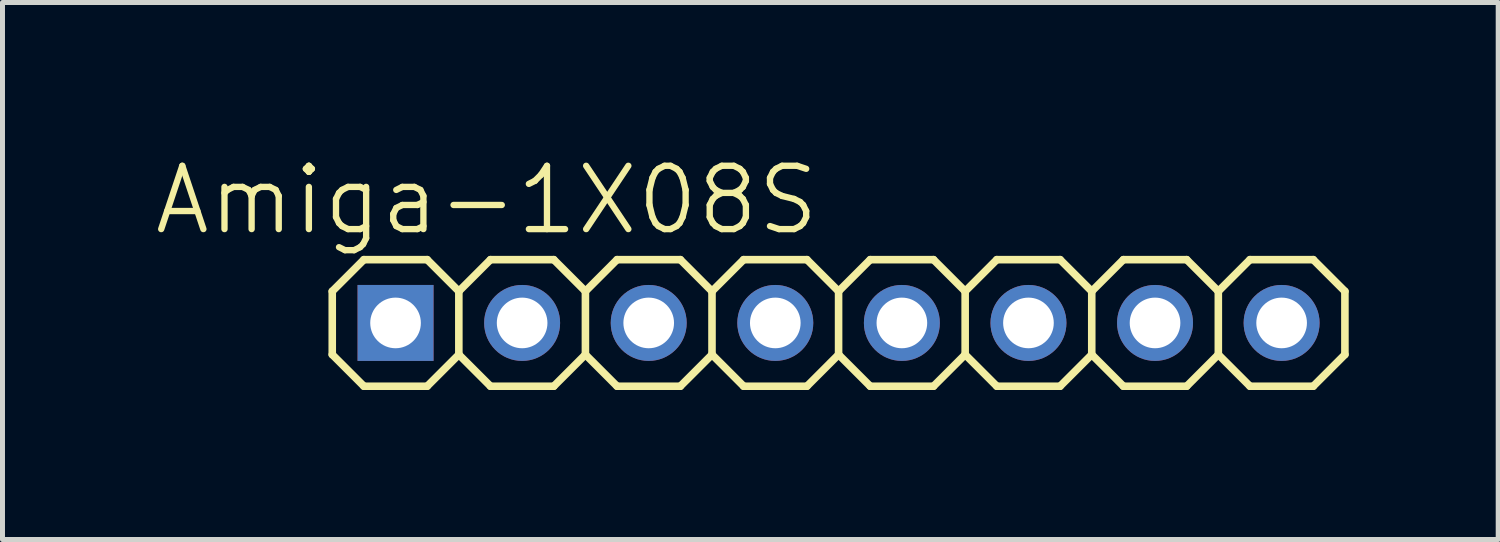
<source format=kicad_pcb>
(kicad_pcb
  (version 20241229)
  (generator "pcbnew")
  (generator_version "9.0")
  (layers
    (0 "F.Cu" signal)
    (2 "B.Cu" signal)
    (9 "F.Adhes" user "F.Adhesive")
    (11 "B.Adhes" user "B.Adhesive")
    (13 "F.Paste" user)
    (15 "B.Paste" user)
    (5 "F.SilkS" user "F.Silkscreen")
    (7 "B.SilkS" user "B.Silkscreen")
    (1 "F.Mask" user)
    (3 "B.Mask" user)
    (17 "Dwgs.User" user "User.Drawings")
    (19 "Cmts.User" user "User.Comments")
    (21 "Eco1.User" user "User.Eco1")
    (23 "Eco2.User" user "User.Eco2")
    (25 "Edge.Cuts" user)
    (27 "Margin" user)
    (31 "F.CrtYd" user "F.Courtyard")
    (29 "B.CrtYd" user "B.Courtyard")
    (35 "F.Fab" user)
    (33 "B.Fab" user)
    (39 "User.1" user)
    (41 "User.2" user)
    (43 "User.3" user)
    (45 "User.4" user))
  (footprint "Amiga-1X08S"
    (layer "F.Cu")
    (at 12.507 3.43)
    (property "Reference" "Amiga-1X08S" (at -5.791 -2.464 0) (layer "F.SilkS") (effects (font (size 1.27 1.27) (thickness 0.127))))
    (attr exclude_from_pos_files exclude_from_bom)
    (fp_line (start -8.89 -0.635) (end -8.89 0.635) (stroke (width 0.152) (type solid)) (layer "F.SilkS"))
    (fp_line (start -8.89 0.635) (end -8.255 1.27) (stroke (width 0.152) (type solid)) (layer "F.SilkS"))
    (fp_line (start -8.255 -1.27) (end -8.89 -0.635) (stroke (width 0.152) (type solid)) (layer "F.SilkS"))
    (fp_line (start -8.255 -1.27) (end -6.985 -1.27) (stroke (width 0.152) (type solid)) (layer "F.SilkS"))
    (fp_line (start -6.985 -1.27) (end -6.35 -0.635) (stroke (width 0.152) (type solid)) (layer "F.SilkS"))
    (fp_line (start -6.985 1.27) (end -8.255 1.27) (stroke (width 0.152) (type solid)) (layer "F.SilkS"))
    (fp_line (start -6.35 -0.635) (end -6.35 0.635) (stroke (width 0.152) (type solid)) (layer "F.SilkS"))
    (fp_line (start -6.35 -0.635) (end -5.715 -1.27) (stroke (width 0.152) (type solid)) (layer "F.SilkS"))
    (fp_line (start -6.35 0.635) (end -6.985 1.27) (stroke (width 0.152) (type solid)) (layer "F.SilkS"))
    (fp_line (start -5.715 -1.27) (end -4.445 -1.27) (stroke (width 0.152) (type solid)) (layer "F.SilkS"))
    (fp_line (start -5.715 1.27) (end -6.35 0.635) (stroke (width 0.152) (type solid)) (layer "F.SilkS"))
    (fp_line (start -4.445 -1.27) (end -3.81 -0.635) (stroke (width 0.152) (type solid)) (layer "F.SilkS"))
    (fp_line (start -4.445 1.27) (end -5.715 1.27) (stroke (width 0.152) (type solid)) (layer "F.SilkS"))
    (fp_line (start -3.81 -0.635) (end -3.81 0.635) (stroke (width 0.152) (type solid)) (layer "F.SilkS"))
    (fp_line (start -3.81 -0.635) (end -3.175 -1.27) (stroke (width 0.152) (type solid)) (layer "F.SilkS"))
    (fp_line (start -3.81 0.635) (end -4.445 1.27) (stroke (width 0.152) (type solid)) (layer "F.SilkS"))
    (fp_line (start -3.175 -1.27) (end -1.905 -1.27) (stroke (width 0.152) (type solid)) (layer "F.SilkS"))
    (fp_line (start -3.175 1.27) (end -3.81 0.635) (stroke (width 0.152) (type solid)) (layer "F.SilkS"))
    (fp_line (start -1.905 -1.27) (end -1.27 -0.635) (stroke (width 0.152) (type solid)) (layer "F.SilkS"))
    (fp_line (start -1.905 1.27) (end -3.175 1.27) (stroke (width 0.152) (type solid)) (layer "F.SilkS"))
    (fp_line (start -1.27 -0.635) (end -1.27 0.635) (stroke (width 0.152) (type solid)) (layer "F.SilkS"))
    (fp_line (start -1.27 0.635) (end -1.905 1.27) (stroke (width 0.152) (type solid)) (layer "F.SilkS"))
    (fp_line (start -1.27 0.635) (end -0.635 1.27) (stroke (width 0.152) (type solid)) (layer "F.SilkS"))
    (fp_line (start -0.635 -1.27) (end -1.27 -0.635) (stroke (width 0.152) (type solid)) (layer "F.SilkS"))
    (fp_line (start -0.635 -1.27) (end 0.635 -1.27) (stroke (width 0.152) (type solid)) (layer "F.SilkS"))
    (fp_line (start 0.635 -1.27) (end 1.27 -0.635) (stroke (width 0.152) (type solid)) (layer "F.SilkS"))
    (fp_line (start 0.635 1.27) (end -0.635 1.27) (stroke (width 0.152) (type solid)) (layer "F.SilkS"))
    (fp_line (start 1.27 -0.635) (end 1.27 0.635) (stroke (width 0.152) (type solid)) (layer "F.SilkS"))
    (fp_line (start 1.27 -0.635) (end 1.905 -1.27) (stroke (width 0.152) (type solid)) (layer "F.SilkS"))
    (fp_line (start 1.27 0.635) (end 0.635 1.27) (stroke (width 0.152) (type solid)) (layer "F.SilkS"))
    (fp_line (start 1.905 -1.27) (end 3.175 -1.27) (stroke (width 0.152) (type solid)) (layer "F.SilkS"))
    (fp_line (start 1.905 1.27) (end 1.27 0.635) (stroke (width 0.152) (type solid)) (layer "F.SilkS"))
    (fp_line (start 3.175 -1.27) (end 3.81 -0.635) (stroke (width 0.152) (type solid)) (layer "F.SilkS"))
    (fp_line (start 3.175 1.27) (end 1.905 1.27) (stroke (width 0.152) (type solid)) (layer "F.SilkS"))
    (fp_line (start 3.81 -0.635) (end 3.81 0.635) (stroke (width 0.152) (type solid)) (layer "F.SilkS"))
    (fp_line (start 3.81 -0.635) (end 4.445 -1.27) (stroke (width 0.152) (type solid)) (layer "F.SilkS"))
    (fp_line (start 3.81 0.635) (end 3.175 1.27) (stroke (width 0.152) (type solid)) (layer "F.SilkS"))
    (fp_line (start 4.445 -1.27) (end 5.715 -1.27) (stroke (width 0.152) (type solid)) (layer "F.SilkS"))
    (fp_line (start 4.445 1.27) (end 3.81 0.635) (stroke (width 0.152) (type solid)) (layer "F.SilkS"))
    (fp_line (start 5.715 -1.27) (end 6.35 -0.635) (stroke (width 0.152) (type solid)) (layer "F.SilkS"))
    (fp_line (start 5.715 1.27) (end 4.445 1.27) (stroke (width 0.152) (type solid)) (layer "F.SilkS"))
    (fp_line (start 6.35 -0.635) (end 6.35 0.635) (stroke (width 0.152) (type solid)) (layer "F.SilkS"))
    (fp_line (start 6.35 0.635) (end 5.715 1.27) (stroke (width 0.152) (type solid)) (layer "F.SilkS"))
    (fp_line (start 6.35 0.635) (end 6.985 1.27) (stroke (width 0.152) (type solid)) (layer "F.SilkS"))
    (fp_line (start 6.985 -1.27) (end 6.35 -0.635) (stroke (width 0.152) (type solid)) (layer "F.SilkS"))
    (fp_line (start 6.985 -1.27) (end 8.255 -1.27) (stroke (width 0.152) (type solid)) (layer "F.SilkS"))
    (fp_line (start 8.255 -1.27) (end 8.89 -0.635) (stroke (width 0.152) (type solid)) (layer "F.SilkS"))
    (fp_line (start 8.255 1.27) (end 6.985 1.27) (stroke (width 0.152) (type solid)) (layer "F.SilkS"))
    (fp_line (start 8.89 -0.635) (end 8.89 0.635) (stroke (width 0.152) (type solid)) (layer "F.SilkS"))
    (fp_line (start 8.89 0.635) (end 8.255 1.27) (stroke (width 0.152) (type solid)) (layer "F.SilkS"))
    (fp_line (start 8.89 0.635) (end 9.525 1.27) (stroke (width 0.152) (type solid)) (layer "F.SilkS"))
    (fp_line (start 9.525 -1.27) (end 8.89 -0.635) (stroke (width 0.152) (type solid)) (layer "F.SilkS"))
    (fp_line (start 9.525 -1.27) (end 10.795 -1.27) (stroke (width 0.152) (type solid)) (layer "F.SilkS"))
    (fp_line (start 10.795 -1.27) (end 11.43 -0.635) (stroke (width 0.152) (type solid)) (layer "F.SilkS"))
    (fp_line (start 10.795 1.27) (end 9.525 1.27) (stroke (width 0.152) (type solid)) (layer "F.SilkS"))
    (fp_line (start 11.43 -0.635) (end 11.43 0.635) (stroke (width 0.152) (type solid)) (layer "F.SilkS"))
    (fp_line (start 11.43 0.635) (end 10.795 1.27) (stroke (width 0.152) (type solid)) (layer "F.SilkS"))
    (fp_line (start -7.874 -0.254) (end -7.366 -0.254) (stroke (width 0.066) (type solid)) (layer "Dwgs.User"))
    (fp_line (start -7.874 0.254) (end -7.874 -0.254) (stroke (width 0.066) (type solid)) (layer "Dwgs.User"))
    (fp_line (start -7.874 0.254) (end -7.366 0.254) (stroke (width 0.066) (type solid)) (layer "Dwgs.User"))
    (fp_line (start -7.366 0.254) (end -7.366 -0.254) (stroke (width 0.066) (type solid)) (layer "Dwgs.User"))
    (fp_line (start -5.334 -0.254) (end -4.826 -0.254) (stroke (width 0.066) (type solid)) (layer "Dwgs.User"))
    (fp_line (start -5.334 0.254) (end -5.334 -0.254) (stroke (width 0.066) (type solid)) (layer "Dwgs.User"))
    (fp_line (start -5.334 0.254) (end -4.826 0.254) (stroke (width 0.066) (type solid)) (layer "Dwgs.User"))
    (fp_line (start -4.826 0.254) (end -4.826 -0.254) (stroke (width 0.066) (type solid)) (layer "Dwgs.User"))
    (fp_line (start -2.794 -0.254) (end -2.286 -0.254) (stroke (width 0.066) (type solid)) (layer "Dwgs.User"))
    (fp_line (start -2.794 0.254) (end -2.794 -0.254) (stroke (width 0.066) (type solid)) (layer "Dwgs.User"))
    (fp_line (start -2.794 0.254) (end -2.286 0.254) (stroke (width 0.066) (type solid)) (layer "Dwgs.User"))
    (fp_line (start -2.286 0.254) (end -2.286 -0.254) (stroke (width 0.066) (type solid)) (layer "Dwgs.User"))
    (fp_line (start -0.254 -0.254) (end 0.254 -0.254) (stroke (width 0.066) (type solid)) (layer "Dwgs.User"))
    (fp_line (start -0.254 0.254) (end -0.254 -0.254) (stroke (width 0.066) (type solid)) (layer "Dwgs.User"))
    (fp_line (start -0.254 0.254) (end 0.254 0.254) (stroke (width 0.066) (type solid)) (layer "Dwgs.User"))
    (fp_line (start 0.254 0.254) (end 0.254 -0.254) (stroke (width 0.066) (type solid)) (layer "Dwgs.User"))
    (fp_line (start 2.286 -0.254) (end 2.794 -0.254) (stroke (width 0.066) (type solid)) (layer "Dwgs.User"))
    (fp_line (start 2.286 0.254) (end 2.286 -0.254) (stroke (width 0.066) (type solid)) (layer "Dwgs.User"))
    (fp_line (start 2.286 0.254) (end 2.794 0.254) (stroke (width 0.066) (type solid)) (layer "Dwgs.User"))
    (fp_line (start 2.794 0.254) (end 2.794 -0.254) (stroke (width 0.066) (type solid)) (layer "Dwgs.User"))
    (fp_line (start 4.826 -0.254) (end 5.334 -0.254) (stroke (width 0.066) (type solid)) (layer "Dwgs.User"))
    (fp_line (start 4.826 0.254) (end 4.826 -0.254) (stroke (width 0.066) (type solid)) (layer "Dwgs.User"))
    (fp_line (start 4.826 0.254) (end 5.334 0.254) (stroke (width 0.066) (type solid)) (layer "Dwgs.User"))
    (fp_line (start 5.334 0.254) (end 5.334 -0.254) (stroke (width 0.066) (type solid)) (layer "Dwgs.User"))
    (fp_line (start 7.366 -0.254) (end 7.874 -0.254) (stroke (width 0.066) (type solid)) (layer "Dwgs.User"))
    (fp_line (start 7.366 0.254) (end 7.366 -0.254) (stroke (width 0.066) (type solid)) (layer "Dwgs.User"))
    (fp_line (start 7.366 0.254) (end 7.874 0.254) (stroke (width 0.066) (type solid)) (layer "Dwgs.User"))
    (fp_line (start 7.874 0.254) (end 7.874 -0.254) (stroke (width 0.066) (type solid)) (layer "Dwgs.User"))
    (fp_line (start 9.906 -0.254) (end 10.414 -0.254) (stroke (width 0.066) (type solid)) (layer "Dwgs.User"))
    (fp_line (start 9.906 0.254) (end 9.906 -0.254) (stroke (width 0.066) (type solid)) (layer "Dwgs.User"))
    (fp_line (start 9.906 0.254) (end 10.414 0.254) (stroke (width 0.066) (type solid)) (layer "Dwgs.User"))
    (fp_line (start 10.414 0.254) (end 10.414 -0.254) (stroke (width 0.066) (type solid)) (layer "Dwgs.User"))
    (pad "1" thru_hole rect (at -7.62 0) (size 1.524 1.524) (drill 1.016) (layers "*.Cu" "*.Paste" "*.Mask"))
    (pad "2" thru_hole circle (at -5.08 0) (size 1.524 1.524) (drill 1.016) (layers "*.Cu" "*.Paste" "*.Mask"))
    (pad "3" thru_hole circle (at -2.54 0) (size 1.524 1.524) (drill 1.016) (layers "*.Cu" "*.Paste" "*.Mask"))
    (pad "4" thru_hole circle (at 0 0) (size 1.524 1.524) (drill 1.016) (layers "*.Cu" "*.Paste" "*.Mask"))
    (pad "5" thru_hole circle (at 2.54 0) (size 1.524 1.524) (drill 1.016) (layers "*.Cu" "*.Paste" "*.Mask"))
    (pad "6" thru_hole circle (at 5.08 0) (size 1.524 1.524) (drill 1.016) (layers "*.Cu" "*.Paste" "*.Mask"))
    (pad "7" thru_hole circle (at 7.62 0) (size 1.524 1.524) (drill 1.016) (layers "*.Cu" "*.Paste" "*.Mask"))
    (pad "8" thru_hole circle (at 10.16 0) (size 1.524 1.524) (drill 1.016) (layers "*.Cu" "*.Paste" "*.Mask")))
  (gr_rect
    (start -3 -3)
    (end 27.013 7.776)
    (stroke (width 0.1) (type default))
    (fill no)
    (layer "Edge.Cuts")))
</source>
